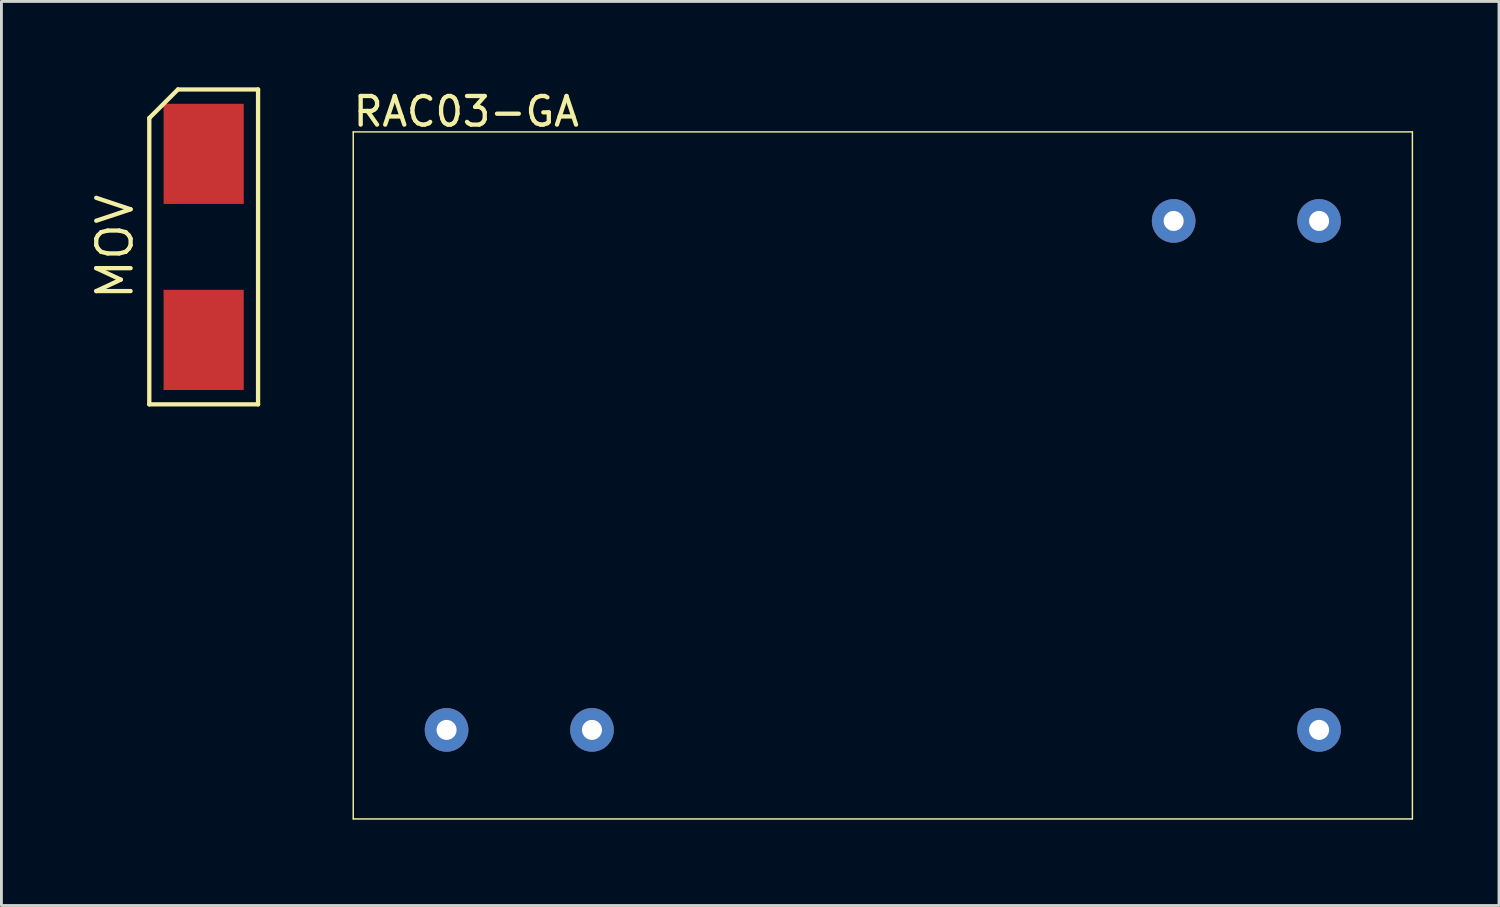
<source format=kicad_pcb>
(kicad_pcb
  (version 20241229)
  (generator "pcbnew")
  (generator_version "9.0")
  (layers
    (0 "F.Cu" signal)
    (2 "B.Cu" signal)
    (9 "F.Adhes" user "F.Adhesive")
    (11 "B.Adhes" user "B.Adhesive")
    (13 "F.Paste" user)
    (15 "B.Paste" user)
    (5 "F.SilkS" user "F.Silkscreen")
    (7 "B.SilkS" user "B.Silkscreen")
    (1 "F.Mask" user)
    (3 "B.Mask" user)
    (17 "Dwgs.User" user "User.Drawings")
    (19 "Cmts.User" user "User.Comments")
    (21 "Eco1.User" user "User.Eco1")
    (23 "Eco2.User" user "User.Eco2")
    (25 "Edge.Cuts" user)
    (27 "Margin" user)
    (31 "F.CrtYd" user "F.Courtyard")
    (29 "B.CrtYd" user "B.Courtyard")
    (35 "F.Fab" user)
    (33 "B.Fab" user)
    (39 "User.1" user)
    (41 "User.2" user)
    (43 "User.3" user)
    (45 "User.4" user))
  (footprint "MOV"
    (layer "F.Cu")
    (at 4.065 5.575)
    (property "Reference" "MOV" (at -3.1 0 90) (layer "F.SilkS") (effects (font (size 1.2 1.2) (thickness 0.15))))
    (attr through_hole)
    (fp_line (start -1.9 -4.5) (end -1.9 5.5) (stroke (width 0.15) (type solid)) (layer "F.SilkS"))
    (fp_line (start -1.9 5.5) (end 1.9 5.5) (stroke (width 0.15) (type solid)) (layer "F.SilkS"))
    (fp_line (start -0.9 -5.5) (end -1.9 -4.5) (stroke (width 0.15) (type solid)) (layer "F.SilkS"))
    (fp_line (start 1.9 -5.5) (end -0.9 -5.5) (stroke (width 0.15) (type solid)) (layer "F.SilkS"))
    (fp_line (start 1.9 5.5) (end 1.9 -5.5) (stroke (width 0.15) (type solid)) (layer "F.SilkS"))
    (pad "1" smd rect (at 0 3.25) (size 2.8 3.5) (layers "F.Cu" "F.Mask" "F.Paste"))
    (pad "2" smd rect (at 0 -3.25) (size 2.8 3.5) (layers "F.Cu" "F.Mask" "F.Paste")))
  (footprint "RAC03-GA"
    (layer "F.Cu")
    (at 9.29 1.558)
    (property "Reference" "RAC03-GA" (at 3.95 -0.71 0) (layer "F.SilkS") (effects (font (size 1 1) (thickness 0.15))))
    (attr through_hole)
    (fp_line (start 0 0) (end 37 0) (stroke (width 0.05) (type solid)) (layer "F.SilkS"))
    (fp_line (start 0 24) (end 0 0) (stroke (width 0.05) (type solid)) (layer "F.SilkS"))
    (fp_line (start 37 0) (end 37 24) (stroke (width 0.05) (type solid)) (layer "F.SilkS"))
    (fp_line (start 37 24) (end 0 24) (stroke (width 0.05) (type solid)) (layer "F.SilkS"))
    (pad "1" thru_hole circle (at 3.26 20.89) (size 1.524 1.524) (drill 0.7) (layers "*.Cu" "*.Mask"))
    (pad "2" thru_hole circle (at 8.34 20.89) (size 1.524 1.524) (drill 0.7) (layers "*.Cu" "*.Mask"))
    (pad "3" thru_hole circle (at 33.74 20.89) (size 1.524 1.524) (drill 0.7) (layers "*.Cu" "*.Mask"))
    (pad "4" thru_hole circle (at 33.74 3.11) (size 1.524 1.524) (drill 0.7) (layers "*.Cu" "*.Mask"))
    (pad "5" thru_hole circle (at 28.66 3.11) (size 1.524 1.524) (drill 0.7) (layers "*.Cu" "*.Mask")))
  (gr_rect
    (start -3 -3)
    (end 49.315 28.583)
    (stroke (width 0.1) (type default))
    (fill no)
    (layer "Edge.Cuts")))
</source>
